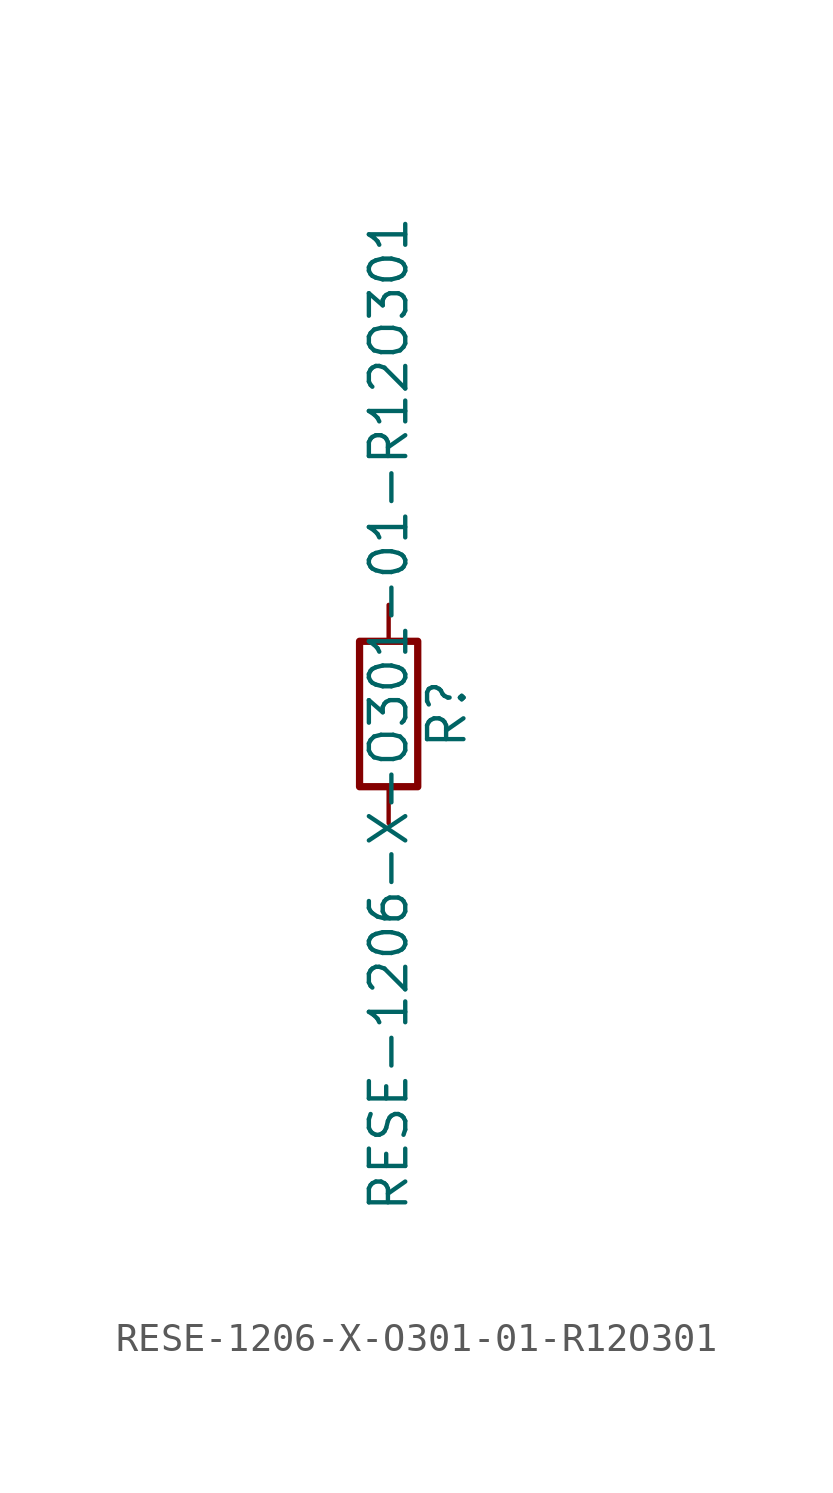
<source format=kicad_sym>
(kicad_symbol_lib
  (version 20211014)
  (generator kicad_symbol_editor)
  (symbol "RESE-1206-X-O301-01-R12O301"
    (pin_numbers hide)
    (pin_names
      (offset 0))
    (property "Reference" "R"
      (at 2.032 0 90)
      (effects (font (size 1.27 1.27))))
    (property "Value" "RESE-1206-X-O301-01-R12O301"
      (at 0 0 90)
      (effects (font (size 1.27 1.27))))
    (symbol "RESE-1206-X-O301-01-R12O301_0_1"
      (rectangle (start -1.016 -2.54) (end 1.016 2.54) (stroke (width 0.254) (type default) (color 0 0 0 0)) (fill (type none))))
    (symbol "RESE-1206-X-O301-01-R12O301_1_1"
      (pin passive line (at 0 3.81 270) (length 1.27) (name "~" (effects (font (size 1.27 1.27)))) (number "1" (effects (font (size 1.27 1.27)))))
      (pin passive line (at 0 -3.81 90) (length 1.27) (name "~" (effects (font (size 1.27 1.27)))) (number "2" (effects (font (size 1.27 1.27))))))))
</source>
